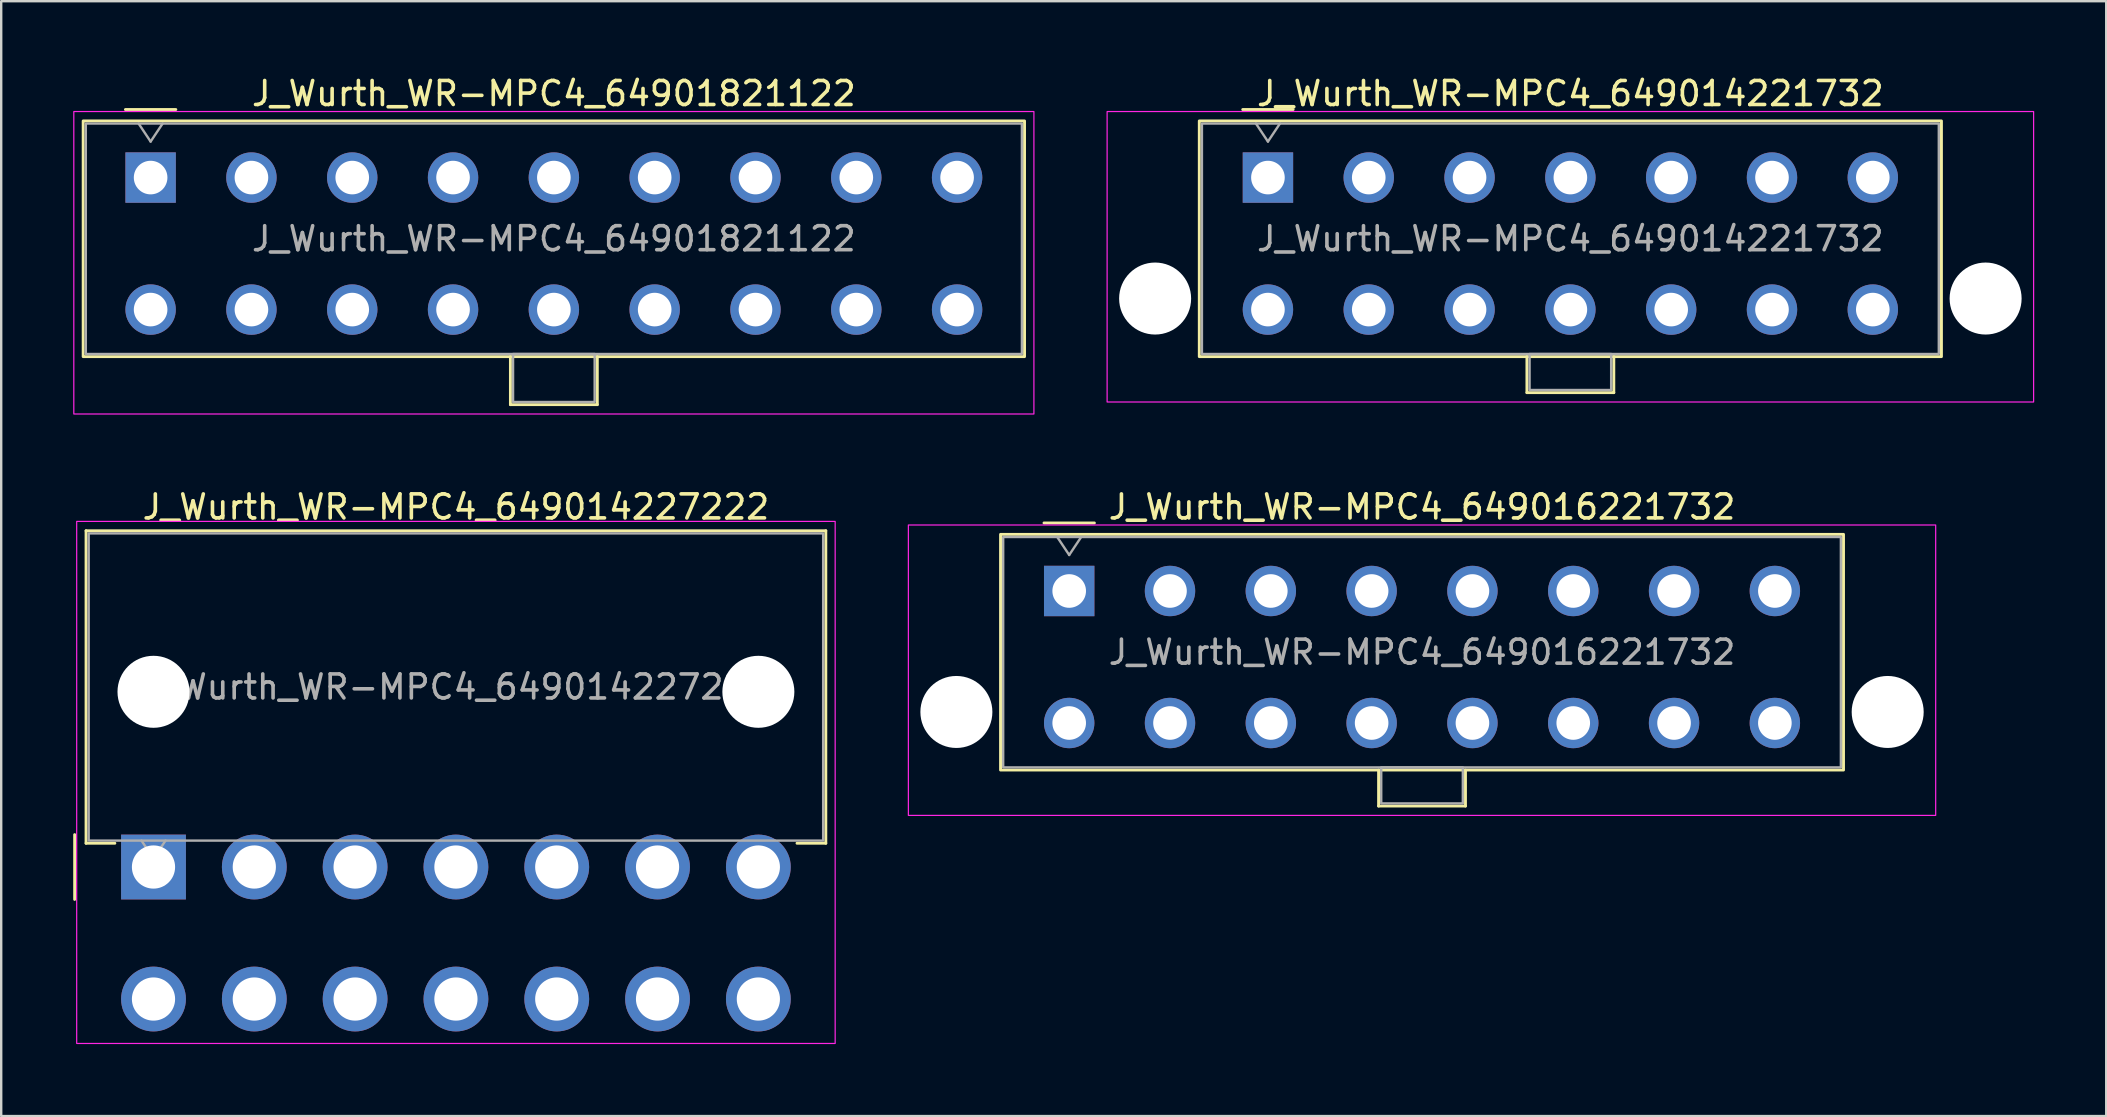
<source format=kicad_pcb>
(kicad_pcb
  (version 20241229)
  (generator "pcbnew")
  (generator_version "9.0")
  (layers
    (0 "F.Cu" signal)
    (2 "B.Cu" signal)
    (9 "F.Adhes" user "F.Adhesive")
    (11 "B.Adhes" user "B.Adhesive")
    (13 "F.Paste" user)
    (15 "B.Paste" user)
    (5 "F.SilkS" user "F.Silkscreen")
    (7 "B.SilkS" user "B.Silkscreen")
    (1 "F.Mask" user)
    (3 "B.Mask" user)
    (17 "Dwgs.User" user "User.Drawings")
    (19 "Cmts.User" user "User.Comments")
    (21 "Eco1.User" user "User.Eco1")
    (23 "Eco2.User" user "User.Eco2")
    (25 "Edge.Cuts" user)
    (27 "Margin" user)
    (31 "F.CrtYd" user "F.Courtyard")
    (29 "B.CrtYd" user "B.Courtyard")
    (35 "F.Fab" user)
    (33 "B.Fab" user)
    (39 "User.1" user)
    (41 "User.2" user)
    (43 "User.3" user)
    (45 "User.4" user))
  (footprint "J_Wurth_WR-MPC4_649014227222"
    (layer "F.Cu")
    (at 3.345 33.072)
    (property "Reference" "J_Wurth_WR-MPC4_649014227222" (at 12.6 -15 0) (unlocked yes) (layer "F.SilkS") (effects (font (size 1 1) (thickness 0.15))))
    (attr through_hole)
    (fp_line (start -3.285 -1.35) (end -3.285 1.35) (stroke (width 0.12) (type solid)) (layer "F.SilkS"))
    (fp_line (start -2.81 -14.01) (end 28.01 -14.01) (stroke (width 0.12) (type solid)) (layer "F.SilkS"))
    (fp_line (start -2.81 -0.99) (end -2.81 -14.01) (stroke (width 0.12) (type default)) (layer "F.SilkS"))
    (fp_line (start -1.61 -0.99) (end -2.81 -0.99) (stroke (width 0.12) (type solid)) (layer "F.SilkS"))
    (fp_line (start 28.01 -14.01) (end 28.01 -0.99) (stroke (width 0.12) (type solid)) (layer "F.SilkS"))
    (fp_line (start 28.01 -0.99) (end 26.81 -0.99) (stroke (width 0.12) (type solid)) (layer "F.SilkS"))
    (fp_rect (start -3.2 -14.4) (end 28.4 7.35) (stroke (width 0.05) (type solid)) (fill no) (layer "F.CrtYd"))
    (fp_line (start 0 -0.35) (end -0.5 -1.1) (stroke (width 0.1) (type solid)) (layer "F.Fab"))
    (fp_line (start 0 -0.35) (end 0.5 -1.1) (stroke (width 0.1) (type solid)) (layer "F.Fab"))
    (fp_rect (start -2.7 -13.9) (end 27.9 -1.1) (stroke (width 0.1) (type solid)) (fill no) (layer "F.Fab"))
    (fp_text user "${REFERENCE}" (at 12.6 -7.5 0) (unlocked yes) (layer "F.Fab") (effects (font (size 1 1) (thickness 0.15))))
    (pad "" np_thru_hole circle (at 0 -7.3) (size 3 3) (drill 3) (layers "*.Cu" "*.Mask"))
    (pad "" np_thru_hole circle (at 25.2 -7.3) (size 3 3) (drill 3) (layers "*.Cu" "*.Mask"))
    (pad "1" thru_hole rect (at 0 0 180) (size 2.7 2.7) (drill 1.8) (layers "*.Cu" "*.Mask"))
    (pad "2" thru_hole circle (at 4.2 0 180) (size 2.7 2.7) (drill 1.8) (layers "*.Cu" "*.Mask"))
    (pad "3" thru_hole circle (at 8.4 0 180) (size 2.7 2.7) (drill 1.8) (layers "*.Cu" "*.Mask"))
    (pad "4" thru_hole circle (at 12.6 0 180) (size 2.7 2.7) (drill 1.8) (layers "*.Cu" "*.Mask"))
    (pad "5" thru_hole circle (at 16.8 0 180) (size 2.7 2.7) (drill 1.8) (layers "*.Cu" "*.Mask"))
    (pad "6" thru_hole circle (at 21 0 180) (size 2.7 2.7) (drill 1.8) (layers "*.Cu" "*.Mask"))
    (pad "7" thru_hole circle (at 25.2 0 180) (size 2.7 2.7) (drill 1.8) (layers "*.Cu" "*.Mask"))
    (pad "8" thru_hole circle (at 0 5.5 180) (size 2.7 2.7) (drill 1.8) (layers "*.Cu" "*.Mask"))
    (pad "9" thru_hole circle (at 4.2 5.5 180) (size 2.7 2.7) (drill 1.8) (layers "*.Cu" "*.Mask"))
    (pad "10" thru_hole circle (at 8.4 5.5 180) (size 2.7 2.7) (drill 1.8) (layers "*.Cu" "*.Mask"))
    (pad "11" thru_hole circle (at 12.6 5.5 180) (size 2.7 2.7) (drill 1.8) (layers "*.Cu" "*.Mask"))
    (pad "12" thru_hole circle (at 16.8 5.5 180) (size 2.7 2.7) (drill 1.8) (layers "*.Cu" "*.Mask"))
    (pad "13" thru_hole circle (at 21 5.5 180) (size 2.7 2.7) (drill 1.8) (layers "*.Cu" "*.Mask"))
    (pad "14" thru_hole circle (at 25.2 5.5 180) (size 2.7 2.7) (drill 1.8) (layers "*.Cu" "*.Mask")))
  (footprint "J_Wurth_WR-MPC4_64901821122"
    (layer "F.Cu")
    (at 3.225 4.348)
    (property "Reference" "J_Wurth_WR-MPC4_64901821122" (at 16.8 -3.5 0) (unlocked yes) (layer "F.SilkS") (effects (font (size 1 1) (thickness 0.15))))
    (attr through_hole)
    (fp_line (start 1.05 -2.835) (end -1.05 -2.835) (stroke (width 0.12) (type solid)) (layer "F.SilkS"))
    (fp_line (start 14.99 9.46) (end 14.99 7.46) (stroke (width 0.12) (type default)) (layer "F.SilkS"))
    (fp_line (start 18.61 7.46) (end 18.61 9.46) (stroke (width 0.12) (type default)) (layer "F.SilkS"))
    (fp_line (start 18.61 9.46) (end 14.99 9.46) (stroke (width 0.12) (type default)) (layer "F.SilkS"))
    (fp_rect (start -2.81 -2.36) (end 36.41 7.46) (stroke (width 0.12) (type solid)) (fill no) (layer "F.SilkS"))
    (fp_rect (start -3.2 -2.75) (end 36.8 9.85) (stroke (width 0.05) (type solid)) (fill no) (layer "F.CrtYd"))
    (fp_line (start 0 -1.5) (end -0.5 -2.25) (stroke (width 0.1) (type solid)) (layer "F.Fab"))
    (fp_line (start 0 -1.5) (end 0.5 -2.25) (stroke (width 0.1) (type solid)) (layer "F.Fab"))
    (fp_rect (start -2.7 -2.25) (end 36.3 7.35) (stroke (width 0.1) (type solid)) (fill no) (layer "F.Fab"))
    (fp_rect (start 15.1 7.35) (end 18.5 9.35) (stroke (width 0.1) (type solid)) (fill no) (layer "F.Fab"))
    (fp_text user "${REFERENCE}" (at 16.8 2.55 0) (unlocked yes) (layer "F.Fab") (effects (font (size 1 1) (thickness 0.15))))
    (pad "1" thru_hole rect (at 0 0 180) (size 2.1 2.1) (drill 1.4) (layers "*.Cu" "*.Mask"))
    (pad "2" thru_hole circle (at 4.2 0 180) (size 2.1 2.1) (drill 1.4) (layers "*.Cu" "*.Mask"))
    (pad "3" thru_hole circle (at 8.4 0 180) (size 2.1 2.1) (drill 1.4) (layers "*.Cu" "*.Mask"))
    (pad "4" thru_hole circle (at 12.6 0 180) (size 2.1 2.1) (drill 1.4) (layers "*.Cu" "*.Mask"))
    (pad "5" thru_hole circle (at 16.8 0 180) (size 2.1 2.1) (drill 1.4) (layers "*.Cu" "*.Mask"))
    (pad "6" thru_hole circle (at 21 0 180) (size 2.1 2.1) (drill 1.4) (layers "*.Cu" "*.Mask"))
    (pad "7" thru_hole circle (at 25.2 0 180) (size 2.1 2.1) (drill 1.4) (layers "*.Cu" "*.Mask"))
    (pad "8" thru_hole circle (at 29.4 0 180) (size 2.1 2.1) (drill 1.4) (layers "*.Cu" "*.Mask"))
    (pad "9" thru_hole circle (at 33.6 0 180) (size 2.1 2.1) (drill 1.4) (layers "*.Cu" "*.Mask"))
    (pad "10" thru_hole circle (at 0 5.5 180) (size 2.1 2.1) (drill 1.4) (layers "*.Cu" "*.Mask"))
    (pad "11" thru_hole circle (at 4.2 5.5 180) (size 2.1 2.1) (drill 1.4) (layers "*.Cu" "*.Mask"))
    (pad "12" thru_hole circle (at 8.4 5.5 180) (size 2.1 2.1) (drill 1.4) (layers "*.Cu" "*.Mask"))
    (pad "13" thru_hole circle (at 12.6 5.5 180) (size 2.1 2.1) (drill 1.4) (layers "*.Cu" "*.Mask"))
    (pad "14" thru_hole circle (at 16.8 5.5 180) (size 2.1 2.1) (drill 1.4) (layers "*.Cu" "*.Mask"))
    (pad "15" thru_hole circle (at 21 5.5 180) (size 2.1 2.1) (drill 1.4) (layers "*.Cu" "*.Mask"))
    (pad "16" thru_hole circle (at 25.2 5.5 180) (size 2.1 2.1) (drill 1.4) (layers "*.Cu" "*.Mask"))
    (pad "17" thru_hole circle (at 29.4 5.5 180) (size 2.1 2.1) (drill 1.4) (layers "*.Cu" "*.Mask"))
    (pad "18" thru_hole circle (at 33.6 5.5 180) (size 2.1 2.1) (drill 1.4) (layers "*.Cu" "*.Mask")))
  (footprint "J_Wurth_WR-MPC4_649014221732"
    (layer "F.Cu")
    (at 49.775 4.348)
    (property "Reference" "J_Wurth_WR-MPC4_649014221732" (at 12.6 -3.5 0) (unlocked yes) (layer "F.SilkS") (effects (font (size 1 1) (thickness 0.15))))
    (attr through_hole)
    (fp_line (start 1.05 -2.835) (end -1.05 -2.835) (stroke (width 0.12) (type solid)) (layer "F.SilkS"))
    (fp_line (start 10.79 8.96) (end 10.79 7.46) (stroke (width 0.12) (type default)) (layer "F.SilkS"))
    (fp_line (start 14.41 7.46) (end 14.41 8.96) (stroke (width 0.12) (type default)) (layer "F.SilkS"))
    (fp_line (start 14.41 8.96) (end 10.79 8.96) (stroke (width 0.12) (type solid)) (layer "F.SilkS"))
    (fp_rect (start -2.86 -2.36) (end 28.06 7.46) (stroke (width 0.12) (type solid)) (fill no) (layer "F.SilkS"))
    (fp_rect (start -6.7 -2.75) (end 31.9 9.35) (stroke (width 0.05) (type solid)) (fill no) (layer "F.CrtYd"))
    (fp_line (start 0 -1.5) (end -0.5 -2.25) (stroke (width 0.1) (type solid)) (layer "F.Fab"))
    (fp_line (start 0 -1.5) (end 0.5 -2.25) (stroke (width 0.1) (type solid)) (layer "F.Fab"))
    (fp_rect (start -2.75 -2.25) (end 27.95 7.35) (stroke (width 0.1) (type solid)) (fill no) (layer "F.Fab"))
    (fp_rect (start 10.9 7.35) (end 14.3 8.85) (stroke (width 0.1) (type solid)) (fill no) (layer "F.Fab"))
    (fp_text user "${REFERENCE}" (at 12.6 2.55 0) (unlocked yes) (layer "F.Fab") (effects (font (size 1 1) (thickness 0.15))))
    (pad "" np_thru_hole circle (at -4.7 5.04 180) (size 3 3) (drill 3) (layers "*.Cu" "*.Mask"))
    (pad "" np_thru_hole circle (at 29.9 5.04 180) (size 3 3) (drill 3) (layers "*.Cu" "*.Mask"))
    (pad "1" thru_hole rect (at 0 0 180) (size 2.1 2.1) (drill 1.4) (layers "*.Cu" "*.Mask"))
    (pad "2" thru_hole circle (at 4.2 0 180) (size 2.1 2.1) (drill 1.4) (layers "*.Cu" "*.Mask"))
    (pad "3" thru_hole circle (at 8.4 0 180) (size 2.1 2.1) (drill 1.4) (layers "*.Cu" "*.Mask"))
    (pad "4" thru_hole circle (at 12.6 0 180) (size 2.1 2.1) (drill 1.4) (layers "*.Cu" "*.Mask"))
    (pad "5" thru_hole circle (at 16.8 0 180) (size 2.1 2.1) (drill 1.4) (layers "*.Cu" "*.Mask"))
    (pad "6" thru_hole circle (at 21 0 180) (size 2.1 2.1) (drill 1.4) (layers "*.Cu" "*.Mask"))
    (pad "7" thru_hole circle (at 25.2 0 180) (size 2.1 2.1) (drill 1.4) (layers "*.Cu" "*.Mask"))
    (pad "8" thru_hole circle (at 0 5.5 180) (size 2.1 2.1) (drill 1.4) (layers "*.Cu" "*.Mask"))
    (pad "9" thru_hole circle (at 4.2 5.5 180) (size 2.1 2.1) (drill 1.4) (layers "*.Cu" "*.Mask"))
    (pad "10" thru_hole circle (at 8.4 5.5 180) (size 2.1 2.1) (drill 1.4) (layers "*.Cu" "*.Mask"))
    (pad "11" thru_hole circle (at 12.6 5.5 180) (size 2.1 2.1) (drill 1.4) (layers "*.Cu" "*.Mask"))
    (pad "12" thru_hole circle (at 16.8 5.5 180) (size 2.1 2.1) (drill 1.4) (layers "*.Cu" "*.Mask"))
    (pad "13" thru_hole circle (at 21 5.5 180) (size 2.1 2.1) (drill 1.4) (layers "*.Cu" "*.Mask"))
    (pad "14" thru_hole circle (at 25.2 5.5 180) (size 2.1 2.1) (drill 1.4) (layers "*.Cu" "*.Mask")))
  (footprint "J_Wurth_WR-MPC4_649016221732"
    (layer "F.Cu")
    (at 41.495 21.572)
    (property "Reference" "J_Wurth_WR-MPC4_649016221732" (at 14.7 -3.5 0) (unlocked yes) (layer "F.SilkS") (effects (font (size 1 1) (thickness 0.15))))
    (attr through_hole)
    (fp_line (start 1.05 -2.835) (end -1.05 -2.835) (stroke (width 0.12) (type solid)) (layer "F.SilkS"))
    (fp_line (start 12.89 8.96) (end 12.89 7.46) (stroke (width 0.12) (type default)) (layer "F.SilkS"))
    (fp_line (start 16.51 7.46) (end 16.51 8.96) (stroke (width 0.12) (type default)) (layer "F.SilkS"))
    (fp_line (start 16.51 8.96) (end 12.89 8.96) (stroke (width 0.12) (type solid)) (layer "F.SilkS"))
    (fp_rect (start -2.86 -2.36) (end 32.26 7.46) (stroke (width 0.12) (type solid)) (fill no) (layer "F.SilkS"))
    (fp_rect (start -6.7 -2.75) (end 36.1 9.35) (stroke (width 0.05) (type solid)) (fill no) (layer "F.CrtYd"))
    (fp_line (start 0 -1.5) (end -0.5 -2.25) (stroke (width 0.1) (type solid)) (layer "F.Fab"))
    (fp_line (start 0 -1.5) (end 0.5 -2.25) (stroke (width 0.1) (type solid)) (layer "F.Fab"))
    (fp_rect (start -2.75 -2.25) (end 32.15 7.35) (stroke (width 0.1) (type solid)) (fill no) (layer "F.Fab"))
    (fp_rect (start 13 7.35) (end 16.4 8.85) (stroke (width 0.1) (type solid)) (fill no) (layer "F.Fab"))
    (fp_text user "${REFERENCE}" (at 14.7 2.55 0) (unlocked yes) (layer "F.Fab") (effects (font (size 1 1) (thickness 0.15))))
    (pad "" np_thru_hole circle (at -4.7 5.04 180) (size 3 3) (drill 3) (layers "*.Cu" "*.Mask"))
    (pad "" np_thru_hole circle (at 34.1 5.04 180) (size 3 3) (drill 3) (layers "*.Cu" "*.Mask"))
    (pad "1" thru_hole rect (at 0 0 180) (size 2.1 2.1) (drill 1.4) (layers "*.Cu" "*.Mask"))
    (pad "2" thru_hole circle (at 4.2 0 180) (size 2.1 2.1) (drill 1.4) (layers "*.Cu" "*.Mask"))
    (pad "3" thru_hole circle (at 8.4 0 180) (size 2.1 2.1) (drill 1.4) (layers "*.Cu" "*.Mask"))
    (pad "4" thru_hole circle (at 12.6 0 180) (size 2.1 2.1) (drill 1.4) (layers "*.Cu" "*.Mask"))
    (pad "5" thru_hole circle (at 16.8 0 180) (size 2.1 2.1) (drill 1.4) (layers "*.Cu" "*.Mask"))
    (pad "6" thru_hole circle (at 21 0 180) (size 2.1 2.1) (drill 1.4) (layers "*.Cu" "*.Mask"))
    (pad "7" thru_hole circle (at 25.2 0 180) (size 2.1 2.1) (drill 1.4) (layers "*.Cu" "*.Mask"))
    (pad "8" thru_hole circle (at 29.4 0 180) (size 2.1 2.1) (drill 1.4) (layers "*.Cu" "*.Mask"))
    (pad "9" thru_hole circle (at 0 5.5 180) (size 2.1 2.1) (drill 1.4) (layers "*.Cu" "*.Mask"))
    (pad "10" thru_hole circle (at 4.2 5.5 180) (size 2.1 2.1) (drill 1.4) (layers "*.Cu" "*.Mask"))
    (pad "11" thru_hole circle (at 8.4 5.5 180) (size 2.1 2.1) (drill 1.4) (layers "*.Cu" "*.Mask"))
    (pad "12" thru_hole circle (at 12.6 5.5 180) (size 2.1 2.1) (drill 1.4) (layers "*.Cu" "*.Mask"))
    (pad "13" thru_hole circle (at 16.8 5.5 180) (size 2.1 2.1) (drill 1.4) (layers "*.Cu" "*.Mask"))
    (pad "14" thru_hole circle (at 21 5.5 180) (size 2.1 2.1) (drill 1.4) (layers "*.Cu" "*.Mask"))
    (pad "15" thru_hole circle (at 25.2 5.5 180) (size 2.1 2.1) (drill 1.4) (layers "*.Cu" "*.Mask"))
    (pad "16" thru_hole circle (at 29.4 5.5 180) (size 2.1 2.1) (drill 1.4) (layers "*.Cu" "*.Mask")))
  (gr_rect
    (start -3 -3)
    (end 84.7 43.447)
    (stroke (width 0.1) (type default))
    (fill no)
    (layer "Edge.Cuts")))
</source>
